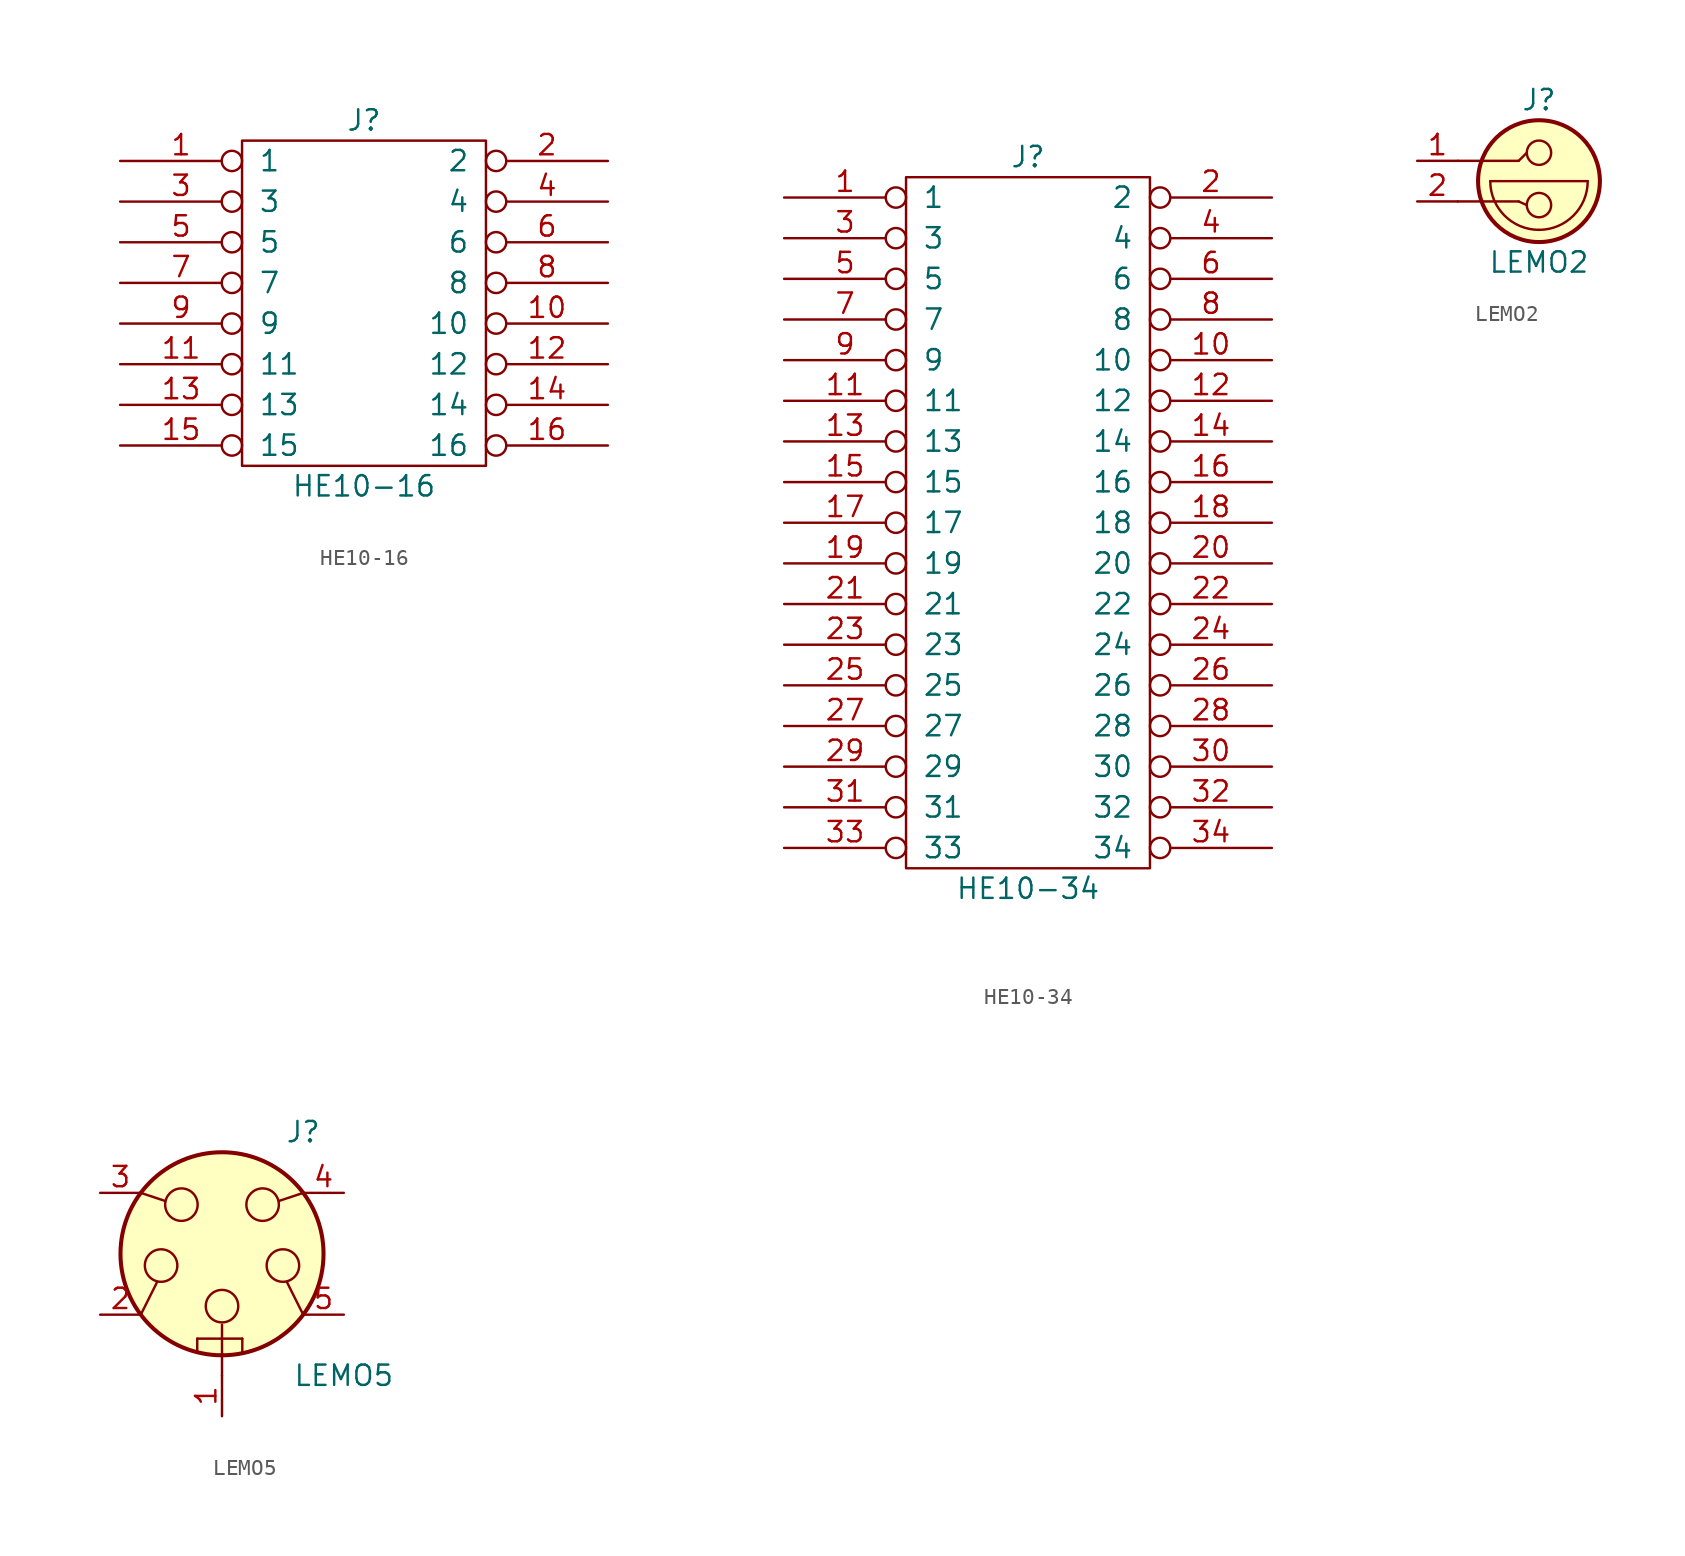
<source format=kicad_sym>
(kicad_symbol_lib
  (version 20211014)
  (generator kicad_symbol_editor)
  (symbol "HE10-16"
    (pin_names
      (offset 1.016))
    (property "Reference" "J"
      (at 0 11.43 0)
      (effects (font (size 1.27 1.27))))
    (property "Value" "HE10-16"
      (at 0 -11.43 0)
      (effects (font (size 1.27 1.27))))
    (symbol "HE10-16_0_1"
      (rectangle (start -7.62 10.16) (end 7.62 -10.16) (stroke (width 0) (type default) (color 0 0 0 0)) (fill (type none))))
    (symbol "HE10-16_1_1"
      (pin passive inverted (at -15.24 8.89 0) (length 7.62) (name "1" (effects (font (size 1.27 1.27)))) (number "1" (effects (font (size 1.27 1.27)))))
      (pin passive inverted (at 15.24 -1.27 180) (length 7.62) (name "10" (effects (font (size 1.27 1.27)))) (number "10" (effects (font (size 1.27 1.27)))))
      (pin passive inverted (at -15.24 -3.81 0) (length 7.62) (name "11" (effects (font (size 1.27 1.27)))) (number "11" (effects (font (size 1.27 1.27)))))
      (pin passive inverted (at 15.24 -3.81 180) (length 7.62) (name "12" (effects (font (size 1.27 1.27)))) (number "12" (effects (font (size 1.27 1.27)))))
      (pin passive inverted (at -15.24 -6.35 0) (length 7.62) (name "13" (effects (font (size 1.27 1.27)))) (number "13" (effects (font (size 1.27 1.27)))))
      (pin passive inverted (at 15.24 -6.35 180) (length 7.62) (name "14" (effects (font (size 1.27 1.27)))) (number "14" (effects (font (size 1.27 1.27)))))
      (pin passive inverted (at -15.24 -8.89 0) (length 7.62) (name "15" (effects (font (size 1.27 1.27)))) (number "15" (effects (font (size 1.27 1.27)))))
      (pin passive inverted (at 15.24 -8.89 180) (length 7.62) (name "16" (effects (font (size 1.27 1.27)))) (number "16" (effects (font (size 1.27 1.27)))))
      (pin passive inverted (at 15.24 8.89 180) (length 7.62) (name "2" (effects (font (size 1.27 1.27)))) (number "2" (effects (font (size 1.27 1.27)))))
      (pin passive inverted (at -15.24 6.35 0) (length 7.62) (name "3" (effects (font (size 1.27 1.27)))) (number "3" (effects (font (size 1.27 1.27)))))
      (pin passive inverted (at 15.24 6.35 180) (length 7.62) (name "4" (effects (font (size 1.27 1.27)))) (number "4" (effects (font (size 1.27 1.27)))))
      (pin passive inverted (at -15.24 3.81 0) (length 7.62) (name "5" (effects (font (size 1.27 1.27)))) (number "5" (effects (font (size 1.27 1.27)))))
      (pin passive inverted (at 15.24 3.81 180) (length 7.62) (name "6" (effects (font (size 1.27 1.27)))) (number "6" (effects (font (size 1.27 1.27)))))
      (pin passive inverted (at -15.24 1.27 0) (length 7.62) (name "7" (effects (font (size 1.27 1.27)))) (number "7" (effects (font (size 1.27 1.27)))))
      (pin passive inverted (at 15.24 1.27 180) (length 7.62) (name "8" (effects (font (size 1.27 1.27)))) (number "8" (effects (font (size 1.27 1.27)))))
      (pin passive inverted (at -15.24 -1.27 0) (length 7.62) (name "9" (effects (font (size 1.27 1.27)))) (number "9" (effects (font (size 1.27 1.27)))))))
  (symbol "HE10-34"
    (pin_names
      (offset 1.016))
    (property "Reference" "J"
      (at 0 22.86 0)
      (effects (font (size 1.27 1.27))))
    (property "Value" "HE10-34"
      (at 0 -22.86 0)
      (effects (font (size 1.27 1.27))))
    (symbol "HE10-34_0_1"
      (rectangle (start -7.62 21.59) (end 7.62 -21.59) (stroke (width 0) (type default) (color 0 0 0 0)) (fill (type none))))
    (symbol "HE10-34_1_1"
      (pin passive inverted (at -15.24 20.32 0) (length 7.62) (name "1" (effects (font (size 1.27 1.27)))) (number "1" (effects (font (size 1.27 1.27)))))
      (pin passive inverted (at 15.24 10.16 180) (length 7.62) (name "10" (effects (font (size 1.27 1.27)))) (number "10" (effects (font (size 1.27 1.27)))))
      (pin passive inverted (at -15.24 7.62 0) (length 7.62) (name "11" (effects (font (size 1.27 1.27)))) (number "11" (effects (font (size 1.27 1.27)))))
      (pin passive inverted (at 15.24 7.62 180) (length 7.62) (name "12" (effects (font (size 1.27 1.27)))) (number "12" (effects (font (size 1.27 1.27)))))
      (pin passive inverted (at -15.24 5.08 0) (length 7.62) (name "13" (effects (font (size 1.27 1.27)))) (number "13" (effects (font (size 1.27 1.27)))))
      (pin passive inverted (at 15.24 5.08 180) (length 7.62) (name "14" (effects (font (size 1.27 1.27)))) (number "14" (effects (font (size 1.27 1.27)))))
      (pin passive inverted (at -15.24 2.54 0) (length 7.62) (name "15" (effects (font (size 1.27 1.27)))) (number "15" (effects (font (size 1.27 1.27)))))
      (pin passive inverted (at 15.24 2.54 180) (length 7.62) (name "16" (effects (font (size 1.27 1.27)))) (number "16" (effects (font (size 1.27 1.27)))))
      (pin passive inverted (at -15.24 0 0) (length 7.62) (name "17" (effects (font (size 1.27 1.27)))) (number "17" (effects (font (size 1.27 1.27)))))
      (pin passive inverted (at 15.24 0 180) (length 7.62) (name "18" (effects (font (size 1.27 1.27)))) (number "18" (effects (font (size 1.27 1.27)))))
      (pin passive inverted (at -15.24 -2.54 0) (length 7.62) (name "19" (effects (font (size 1.27 1.27)))) (number "19" (effects (font (size 1.27 1.27)))))
      (pin passive inverted (at 15.24 20.32 180) (length 7.62) (name "2" (effects (font (size 1.27 1.27)))) (number "2" (effects (font (size 1.27 1.27)))))
      (pin passive inverted (at 15.24 -2.54 180) (length 7.62) (name "20" (effects (font (size 1.27 1.27)))) (number "20" (effects (font (size 1.27 1.27)))))
      (pin passive inverted (at -15.24 -5.08 0) (length 7.62) (name "21" (effects (font (size 1.27 1.27)))) (number "21" (effects (font (size 1.27 1.27)))))
      (pin passive inverted (at 15.24 -5.08 180) (length 7.62) (name "22" (effects (font (size 1.27 1.27)))) (number "22" (effects (font (size 1.27 1.27)))))
      (pin passive inverted (at -15.24 -7.62 0) (length 7.62) (name "23" (effects (font (size 1.27 1.27)))) (number "23" (effects (font (size 1.27 1.27)))))
      (pin passive inverted (at 15.24 -7.62 180) (length 7.62) (name "24" (effects (font (size 1.27 1.27)))) (number "24" (effects (font (size 1.27 1.27)))))
      (pin passive inverted (at -15.24 -10.16 0) (length 7.62) (name "25" (effects (font (size 1.27 1.27)))) (number "25" (effects (font (size 1.27 1.27)))))
      (pin passive inverted (at 15.24 -10.16 180) (length 7.62) (name "26" (effects (font (size 1.27 1.27)))) (number "26" (effects (font (size 1.27 1.27)))))
      (pin passive inverted (at -15.24 -12.7 0) (length 7.62) (name "27" (effects (font (size 1.27 1.27)))) (number "27" (effects (font (size 1.27 1.27)))))
      (pin passive inverted (at 15.24 -12.7 180) (length 7.62) (name "28" (effects (font (size 1.27 1.27)))) (number "28" (effects (font (size 1.27 1.27)))))
      (pin passive inverted (at -15.24 -15.24 0) (length 7.62) (name "29" (effects (font (size 1.27 1.27)))) (number "29" (effects (font (size 1.27 1.27)))))
      (pin passive inverted (at -15.24 17.78 0) (length 7.62) (name "3" (effects (font (size 1.27 1.27)))) (number "3" (effects (font (size 1.27 1.27)))))
      (pin passive inverted (at 15.24 -15.24 180) (length 7.62) (name "30" (effects (font (size 1.27 1.27)))) (number "30" (effects (font (size 1.27 1.27)))))
      (pin passive inverted (at -15.24 -17.78 0) (length 7.62) (name "31" (effects (font (size 1.27 1.27)))) (number "31" (effects (font (size 1.27 1.27)))))
      (pin passive inverted (at 15.24 -17.78 180) (length 7.62) (name "32" (effects (font (size 1.27 1.27)))) (number "32" (effects (font (size 1.27 1.27)))))
      (pin passive inverted (at -15.24 -20.32 0) (length 7.62) (name "33" (effects (font (size 1.27 1.27)))) (number "33" (effects (font (size 1.27 1.27)))))
      (pin passive inverted (at 15.24 -20.32 180) (length 7.62) (name "34" (effects (font (size 1.27 1.27)))) (number "34" (effects (font (size 1.27 1.27)))))
      (pin passive inverted (at 15.24 17.78 180) (length 7.62) (name "4" (effects (font (size 1.27 1.27)))) (number "4" (effects (font (size 1.27 1.27)))))
      (pin passive inverted (at -15.24 15.24 0) (length 7.62) (name "5" (effects (font (size 1.27 1.27)))) (number "5" (effects (font (size 1.27 1.27)))))
      (pin passive inverted (at 15.24 15.24 180) (length 7.62) (name "6" (effects (font (size 1.27 1.27)))) (number "6" (effects (font (size 1.27 1.27)))))
      (pin passive inverted (at -15.24 12.7 0) (length 7.62) (name "7" (effects (font (size 1.27 1.27)))) (number "7" (effects (font (size 1.27 1.27)))))
      (pin passive inverted (at 15.24 12.7 180) (length 7.62) (name "8" (effects (font (size 1.27 1.27)))) (number "8" (effects (font (size 1.27 1.27)))))
      (pin passive inverted (at -15.24 10.16 0) (length 7.62) (name "9" (effects (font (size 1.27 1.27)))) (number "9" (effects (font (size 1.27 1.27)))))))
  (symbol "LEMO2"
    (pin_names
      (offset 1.016) hide)
    (property "Reference" "J"
      (at 0 5.08 0)
      (effects (font (size 1.27 1.27))))
    (property "Value" "LEMO2"
      (at 0 -5.08 0)
      (effects (font (size 1.27 1.27))))
    (symbol "LEMO2_0_1"
      (arc (start -3.048 0) (mid -2.1553 -2.1553) (end 0 -3.048) (stroke (width 0) (type default) (color 0 0 0 0)) (fill (type none)))
      (arc (start 0 -3.048) (mid 2.1553 -2.1553) (end 3.048 0) (stroke (width 0) (type default) (color 0 0 0 0)) (fill (type none)))
      (circle (center 0 -1.499) (radius 0.762) (stroke (width 0) (type default) (color 0 0 0 0)) (fill (type none)))
      (polyline (pts (xy -5.08 -1.27) (xy -1.27 -1.27)) (stroke (width 0) (type default) (color 0 0 0 0)) (fill (type none)))
      (polyline (pts (xy -5.08 1.27) (xy -1.27 1.27)) (stroke (width 0) (type default) (color 0 0 0 0)) (fill (type none)))
      (polyline (pts (xy -3.048 0) (xy 3.048 0)) (stroke (width 0) (type default) (color 0 0 0 0)) (fill (type none)))
      (polyline (pts (xy -1.27 1.27) (xy -0.762 1.778)) (stroke (width 0) (type default) (color 0 0 0 0)) (fill (type none)))
      (polyline (pts (xy -0.762 -1.499) (xy -1.27 -1.27)) (stroke (width 0) (type default) (color 0 0 0 0)) (fill (type none)))
      (circle (center 0 0) (radius 3.81) (stroke (width 0.254) (type default) (color 0 0 0 0)) (fill (type background)))
      (circle (center 0 1.778) (radius 0.762) (stroke (width 0) (type default) (color 0 0 0 0)) (fill (type none))))
    (symbol "LEMO2_1_1"
      (pin passive line (at -7.62 1.27 0) (length 2.54) (name "~" (effects (font (size 1.27 1.27)))) (number "1" (effects (font (size 1.27 1.27)))))
      (pin passive line (at -7.62 -1.27 0) (length 2.54) (name "~" (effects (font (size 1.27 1.27)))) (number "2" (effects (font (size 1.27 1.27)))))))
  (symbol "LEMO5"
    (pin_names
      (offset 1.016) hide)
    (property "Reference" "J"
      (at 5.08 7.62 0)
      (effects (font (size 1.27 1.27))))
    (property "Value" "LEMO5"
      (at 7.62 -7.62 0)
      (effects (font (size 1.27 1.27))))
    (symbol "LEMO5_0_1"
      (circle (center -3.81 -0.737) (radius 1.016) (stroke (width 0) (type default) (color 0 0 0 0)) (fill (type none)))
      (circle (center -2.54 3.073) (radius 1.016) (stroke (width 0) (type default) (color 0 0 0 0)) (fill (type none)))
      (circle (center 0 -3.277) (radius 1.016) (stroke (width 0) (type default) (color 0 0 0 0)) (fill (type none)))
      (polyline (pts (xy -5.08 -3.81) (xy -4.064 -1.778)) (stroke (width 0) (type default) (color 0 0 0 0)) (fill (type none)))
      (polyline (pts (xy -5.08 3.81) (xy -3.556 3.302)) (stroke (width 0) (type default) (color 0 0 0 0)) (fill (type none)))
      (polyline (pts (xy -1.549 -6.096) (xy -1.549 -5.309)) (stroke (width 0) (type default) (color 0 0 0 0)) (fill (type none)))
      (polyline (pts (xy -1.549 -5.309) (xy 1.27 -5.309)) (stroke (width 0) (type default) (color 0 0 0 0)) (fill (type none)))
      (polyline (pts (xy 0 -7.62) (xy 0 -4.445)) (stroke (width 0) (type default) (color 0 0 0 0)) (fill (type none)))
      (polyline (pts (xy 1.27 -5.309) (xy 1.27 -6.096)) (stroke (width 0) (type default) (color 0 0 0 0)) (fill (type none)))
      (polyline (pts (xy 5.08 -3.81) (xy 4.064 -1.778)) (stroke (width 0) (type default) (color 0 0 0 0)) (fill (type none)))
      (polyline (pts (xy 5.08 3.81) (xy 3.556 3.302)) (stroke (width 0) (type default) (color 0 0 0 0)) (fill (type none)))
      (circle (center 0 0) (radius 6.35) (stroke (width 0.254) (type default) (color 0 0 0 0)) (fill (type background)))
      (circle (center 2.54 3.073) (radius 1.016) (stroke (width 0) (type default) (color 0 0 0 0)) (fill (type none)))
      (circle (center 3.81 -0.737) (radius 1.016) (stroke (width 0) (type default) (color 0 0 0 0)) (fill (type none))))
    (symbol "LEMO5_1_1"
      (pin passive line (at 0 -10.16 90) (length 2.54) (name "~" (effects (font (size 1.27 1.27)))) (number "1" (effects (font (size 1.27 1.27)))))
      (pin passive line (at -7.62 -3.81 0) (length 2.54) (name "~" (effects (font (size 1.27 1.27)))) (number "2" (effects (font (size 1.27 1.27)))))
      (pin passive line (at -7.62 3.81 0) (length 2.54) (name "~" (effects (font (size 1.27 1.27)))) (number "3" (effects (font (size 1.27 1.27)))))
      (pin passive line (at 7.62 3.81 180) (length 2.54) (name "~" (effects (font (size 1.27 1.27)))) (number "4" (effects (font (size 1.27 1.27)))))
      (pin passive line (at 7.62 -3.81 180) (length 2.54) (name "~" (effects (font (size 1.27 1.27)))) (number "5" (effects (font (size 1.27 1.27))))))))
</source>
